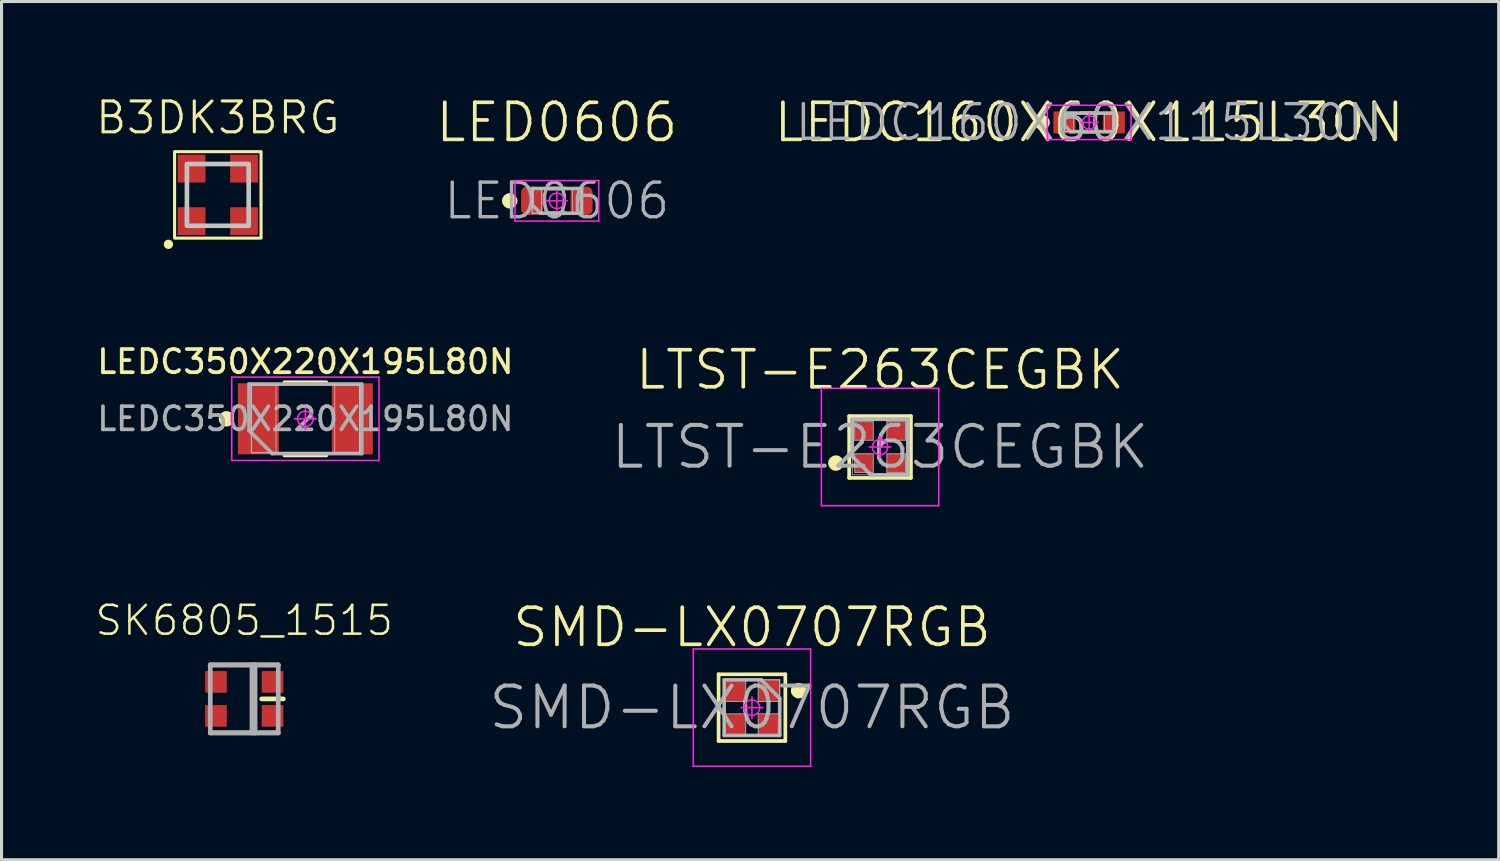
<source format=kicad_pcb>
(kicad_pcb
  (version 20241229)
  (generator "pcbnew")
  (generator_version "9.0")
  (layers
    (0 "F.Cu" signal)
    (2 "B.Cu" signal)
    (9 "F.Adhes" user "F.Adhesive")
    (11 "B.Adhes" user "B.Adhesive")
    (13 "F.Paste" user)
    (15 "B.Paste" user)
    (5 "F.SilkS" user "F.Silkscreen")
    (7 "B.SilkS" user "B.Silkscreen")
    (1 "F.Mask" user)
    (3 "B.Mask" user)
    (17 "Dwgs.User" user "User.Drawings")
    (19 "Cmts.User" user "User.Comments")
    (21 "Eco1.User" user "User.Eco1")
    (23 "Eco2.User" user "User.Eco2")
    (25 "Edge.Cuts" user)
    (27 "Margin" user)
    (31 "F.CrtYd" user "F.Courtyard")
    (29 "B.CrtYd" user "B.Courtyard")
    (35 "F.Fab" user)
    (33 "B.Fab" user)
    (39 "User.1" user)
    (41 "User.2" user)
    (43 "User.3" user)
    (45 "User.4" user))
  (footprint "LEDC350X220X195L80N"
    (layer "F.Cu")
    (at 6.837 10.51)
    (property "Reference" "LEDC350X220X195L80N" (at 0 -1.85 0) (layer "F.SilkS") (effects (font (size 0.75 0.75) (thickness 0.12))))
    (attr smd)
    (fp_line (start -0.678 -1.185) (end 0.678 -1.185) (stroke (width 0.12) (type solid)) (layer "F.SilkS"))
    (fp_line (start -0.678 1.185) (end 0.678 1.185) (stroke (width 0.12) (type solid)) (layer "F.SilkS"))
    (fp_circle (center -2.555 0) (end -2.555 0.125) (stroke (width 0.25) (type solid)) (fill no) (layer "F.SilkS"))
    (fp_line (start -1.75 -1.1) (end -0.95 -1.1) (stroke (width 0.025) (type solid)) (layer "Dwgs.User"))
    (fp_line (start -1.75 -1.1) (end 1.75 -1.1) (stroke (width 0.025) (type solid)) (layer "Dwgs.User"))
    (fp_line (start -1.75 1.1) (end -1.75 -1.1) (stroke (width 0.025) (type solid)) (layer "Dwgs.User"))
    (fp_line (start -1.75 1.1) (end -1.75 -1.1) (stroke (width 0.025) (type solid)) (layer "Dwgs.User"))
    (fp_line (start -0.95 -1.1) (end -0.95 1.1) (stroke (width 0.025) (type solid)) (layer "Dwgs.User"))
    (fp_line (start -0.95 1.1) (end -1.75 1.1) (stroke (width 0.025) (type solid)) (layer "Dwgs.User"))
    (fp_line (start 0.95 -1.1) (end 1.75 -1.1) (stroke (width 0.025) (type solid)) (layer "Dwgs.User"))
    (fp_line (start 0.95 1.1) (end 0.95 -1.1) (stroke (width 0.025) (type solid)) (layer "Dwgs.User"))
    (fp_line (start 1.75 -1.1) (end 1.75 1.1) (stroke (width 0.025) (type solid)) (layer "Dwgs.User"))
    (fp_line (start 1.75 -1.1) (end 1.75 1.1) (stroke (width 0.025) (type solid)) (layer "Dwgs.User"))
    (fp_line (start 1.75 1.1) (end -1.75 1.1) (stroke (width 0.025) (type solid)) (layer "Dwgs.User"))
    (fp_line (start 1.75 1.1) (end 0.95 1.1) (stroke (width 0.025) (type solid)) (layer "Dwgs.User"))
    (fp_line (start -2.384 -1.35) (end 2.384 -1.35) (stroke (width 0.05) (type solid)) (layer "F.CrtYd"))
    (fp_line (start -2.384 1.35) (end -2.384 -1.35) (stroke (width 0.05) (type solid)) (layer "F.CrtYd"))
    (fp_line (start 0 -0.35) (end 0 0.35) (stroke (width 0.05) (type solid)) (layer "F.CrtYd"))
    (fp_line (start 0.35 0) (end -0.35 0) (stroke (width 0.05) (type solid)) (layer "F.CrtYd"))
    (fp_line (start 2.384 -1.35) (end 2.384 1.35) (stroke (width 0.05) (type solid)) (layer "F.CrtYd"))
    (fp_line (start 2.384 1.35) (end -2.384 1.35) (stroke (width 0.05) (type solid)) (layer "F.CrtYd"))
    (fp_circle (center 0 0) (end 0 0.25) (stroke (width 0.05) (type solid)) (fill no) (layer "F.CrtYd"))
    (fp_line (start -1.825 -1.125) (end -1.825 0.375) (stroke (width 0.12) (type solid)) (layer "F.Fab"))
    (fp_line (start -1.825 0.375) (end -1.075 1.125) (stroke (width 0.12) (type solid)) (layer "F.Fab"))
    (fp_line (start -1.075 1.125) (end 1.825 1.125) (stroke (width 0.12) (type solid)) (layer "F.Fab"))
    (fp_line (start 1.825 -1.125) (end -1.825 -1.125) (stroke (width 0.12) (type solid)) (layer "F.Fab"))
    (fp_line (start 1.825 1.125) (end 1.825 -1.125) (stroke (width 0.12) (type solid)) (layer "F.Fab"))
    (fp_text user "${REFERENCE}" (at 0 0 0) (layer "F.Fab") (effects (font (size 0.75 0.75) (thickness 0.12))))
    (pad "1" smd rect (at -1.521 0) (size 1.327 2.3) (layers "F.Cu" "F.Mask" "F.Paste"))
    (pad "2" smd rect (at 1.521 0) (size 1.327 2.3) (layers "F.Cu" "F.Mask" "F.Paste")))
  (footprint "SK6805_1515"
    (layer "F.Cu")
    (at 4.858 19.578)
    (property "Reference" "SK6805_1515" (at 0 -2.54 0) (layer "F.SilkS") (effects (font (size 0.935 0.935) (thickness 0.081))))
    (fp_line (start -1.1 -1.1) (end 1.1 -1.1) (stroke (width 0.152) (type solid)) (layer "F.SilkS"))
    (fp_line (start -1.1 1.1) (end 1.1 1.1) (stroke (width 0.152) (type solid)) (layer "F.SilkS"))
    (fp_line (start 1.265 0) (end 0.565 0) (stroke (width 0.152) (type solid)) (layer "F.SilkS"))
    (fp_line (start -1.1 -1.1) (end 1.1 -1.1) (stroke (width 0.152) (type solid)) (layer "F.Fab"))
    (fp_line (start -1.1 1.1) (end -1.1 -1.1) (stroke (width 0.152) (type solid)) (layer "F.Fab"))
    (fp_line (start 0.25 -1.1) (end 0.25 1.1) (stroke (width 0.152) (type solid)) (layer "F.Fab"))
    (fp_line (start 0.25 1.1) (end 0.35 1.1) (stroke (width 0.152) (type solid)) (layer "F.Fab"))
    (fp_line (start 0.35 -1.1) (end 0.25 -1.1) (stroke (width 0.152) (type solid)) (layer "F.Fab"))
    (fp_line (start 0.35 1.1) (end 0.35 -1.1) (stroke (width 0.152) (type solid)) (layer "F.Fab"))
    (fp_line (start 1.1 -1.1) (end 1.1 1.1) (stroke (width 0.152) (type solid)) (layer "F.Fab"))
    (fp_line (start 1.1 1.1) (end -1.1 1.1) (stroke (width 0.152) (type solid)) (layer "F.Fab"))
    (pad "1" smd rect (at -0.915 0.55) (size 0.7 0.7) (layers "F.Cu" "F.Mask" "F.Paste"))
    (pad "2" smd rect (at 0.915 0.55) (size 0.7 0.7) (layers "F.Cu" "F.Mask" "F.Paste"))
    (pad "3" smd rect (at 0.915 -0.55) (size 0.7 0.7) (layers "F.Cu" "F.Mask" "F.Paste"))
    (pad "4" smd rect (at -0.915 -0.55) (size 0.7 0.7) (layers "F.Cu" "F.Mask" "F.Paste")))
  (footprint "LTST-E263CEGBK"
    (layer "F.Cu")
    (at 25.443 11.423)
    (property "Reference" "LTST-E263CEGBK" (at 0 -2.5 0) (layer "F.SilkS") (effects (font (size 1.2 1.2) (thickness 0.12))))
    (attr smd)
    (fp_line (start -1 -1) (end 1 -1) (stroke (width 0.12) (type solid)) (layer "F.SilkS"))
    (fp_line (start -1 1) (end -1 -1) (stroke (width 0.12) (type solid)) (layer "F.SilkS"))
    (fp_line (start 1 -1) (end 1 1) (stroke (width 0.12) (type solid)) (layer "F.SilkS"))
    (fp_line (start 1 1) (end -1 1) (stroke (width 0.12) (type solid)) (layer "F.SilkS"))
    (fp_circle (center -1.43 0.52) (end -1.43 0.645) (stroke (width 0.25) (type solid)) (fill no) (layer "F.SilkS"))
    (fp_line (start -0.9 -0.9) (end 0.9 -0.9) (stroke (width 0.025) (type solid)) (layer "Dwgs.User"))
    (fp_line (start -0.9 0.9) (end -0.9 -0.9) (stroke (width 0.025) (type solid)) (layer "Dwgs.User"))
    (fp_line (start -0.82 -0.82) (end -0.22 -0.82) (stroke (width 0.025) (type solid)) (layer "Dwgs.User"))
    (fp_line (start -0.82 -0.22) (end -0.82 -0.82) (stroke (width 0.025) (type solid)) (layer "Dwgs.User"))
    (fp_line (start -0.82 0.22) (end -0.22 0.22) (stroke (width 0.025) (type solid)) (layer "Dwgs.User"))
    (fp_line (start -0.82 0.82) (end -0.82 0.22) (stroke (width 0.025) (type solid)) (layer "Dwgs.User"))
    (fp_line (start -0.22 -0.82) (end -0.22 -0.22) (stroke (width 0.025) (type solid)) (layer "Dwgs.User"))
    (fp_line (start -0.22 -0.22) (end -0.82 -0.22) (stroke (width 0.025) (type solid)) (layer "Dwgs.User"))
    (fp_line (start -0.22 0.22) (end -0.22 0.82) (stroke (width 0.025) (type solid)) (layer "Dwgs.User"))
    (fp_line (start -0.22 0.82) (end -0.82 0.82) (stroke (width 0.025) (type solid)) (layer "Dwgs.User"))
    (fp_line (start 0.22 -0.82) (end 0.82 -0.82) (stroke (width 0.025) (type solid)) (layer "Dwgs.User"))
    (fp_line (start 0.22 -0.22) (end 0.22 -0.82) (stroke (width 0.025) (type solid)) (layer "Dwgs.User"))
    (fp_line (start 0.22 0.22) (end 0.82 0.22) (stroke (width 0.025) (type solid)) (layer "Dwgs.User"))
    (fp_line (start 0.22 0.82) (end 0.22 0.22) (stroke (width 0.025) (type solid)) (layer "Dwgs.User"))
    (fp_line (start 0.82 -0.82) (end 0.82 -0.22) (stroke (width 0.025) (type solid)) (layer "Dwgs.User"))
    (fp_line (start 0.82 -0.22) (end 0.22 -0.22) (stroke (width 0.025) (type solid)) (layer "Dwgs.User"))
    (fp_line (start 0.82 0.22) (end 0.82 0.82) (stroke (width 0.025) (type solid)) (layer "Dwgs.User"))
    (fp_line (start 0.82 0.82) (end 0.22 0.82) (stroke (width 0.025) (type solid)) (layer "Dwgs.User"))
    (fp_line (start 0.9 -0.9) (end 0.9 0.9) (stroke (width 0.025) (type solid)) (layer "Dwgs.User"))
    (fp_line (start 0.9 0.9) (end -0.9 0.9) (stroke (width 0.025) (type solid)) (layer "Dwgs.User"))
    (fp_line (start -1.9 -1.9) (end -1.9 1.9) (stroke (width 0.05) (type solid)) (layer "F.CrtYd"))
    (fp_line (start -1.9 1.9) (end 1.9 1.9) (stroke (width 0.05) (type solid)) (layer "F.CrtYd"))
    (fp_line (start -0.35 0) (end 0.35 0) (stroke (width 0.05) (type solid)) (layer "F.CrtYd"))
    (fp_line (start 0 -0.35) (end 0 0.35) (stroke (width 0.05) (type solid)) (layer "F.CrtYd"))
    (fp_line (start 1.9 -1.9) (end -1.9 -1.9) (stroke (width 0.05) (type solid)) (layer "F.CrtYd"))
    (fp_line (start 1.9 1.9) (end 1.9 -1.9) (stroke (width 0.05) (type solid)) (layer "F.CrtYd"))
    (fp_circle (center 0 0) (end 0 0.25) (stroke (width 0.05) (type solid)) (fill no) (layer "F.CrtYd"))
    (fp_line (start -0.9 -0.9) (end 0.9 -0.9) (stroke (width 0.12) (type solid)) (layer "F.Fab"))
    (fp_line (start -0.9 0.3) (end -0.9 -0.9) (stroke (width 0.12) (type solid)) (layer "F.Fab"))
    (fp_line (start -0.3 0.9) (end -0.9 0.3) (stroke (width 0.12) (type solid)) (layer "F.Fab"))
    (fp_line (start 0.9 -0.9) (end 0.9 0.9) (stroke (width 0.12) (type solid)) (layer "F.Fab"))
    (fp_line (start 0.9 0.9) (end -0.3 0.9) (stroke (width 0.12) (type solid)) (layer "F.Fab"))
    (fp_text user "${REFERENCE}" (at 0 0 0) (layer "F.Fab") (effects (font (size 1.32 1.32) (thickness 0.13))))
    (pad "1" smd rect (at -0.52 0.52) (size 0.6 0.6) (layers "F.Cu" "F.Mask" "F.Paste"))
    (pad "2" smd rect (at -0.52 -0.52) (size 0.6 0.6) (layers "F.Cu" "F.Mask" "F.Paste"))
    (pad "3" smd rect (at 0.52 -0.52) (size 0.6 0.6) (layers "F.Cu" "F.Mask" "F.Paste"))
    (pad "4" smd rect (at 0.52 0.52) (size 0.6 0.6) (layers "F.Cu" "F.Mask" "F.Paste")))
  (footprint "B3DK3BRG"
    (layer "F.Cu")
    (at 4.002 3.26)
    (property "Reference" "B3DK3BRG" (at 0 -2.5 0) (unlocked yes) (layer "F.SilkS") (effects (font (size 1 1) (thickness 0.1))))
    (attr smd)
    (fp_rect (start -1.4 -1.4) (end 1.4 1.4) (stroke (width 0.1) (type default)) (fill no) (layer "F.SilkS"))
    (fp_circle (center -1.6 1.6) (end -1.5 1.6) (stroke (width 0.1) (type solid)) (fill yes) (layer "F.SilkS"))
    (fp_rect (start -1 -1) (end 1 1) (stroke (width 0.15) (type default)) (fill no) (layer "Dwgs.User"))
    (pad "1" smd rect (at 0.85 0.85) (size 0.9 0.9) (layers "F.Cu" "F.Mask" "F.Paste"))
    (pad "2" smd rect (at -0.85 0.85) (size 0.9 0.9) (layers "F.Cu" "F.Mask" "F.Paste"))
    (pad "3" smd rect (at -0.85 -0.85) (size 0.9 0.9) (layers "F.Cu" "F.Mask" "F.Paste"))
    (pad "4" smd rect (at 0.85 -0.85) (size 0.9 0.9) (layers "F.Cu" "F.Mask" "F.Paste")))
  (footprint "SMD-LX0707RGB"
    (layer "F.Cu")
    (at 21.296 19.861)
    (property "Reference" "SMD-LX0707RGB" (at 0 -2.6 0) (layer "F.SilkS") (effects (font (size 1.2 1.2) (thickness 0.12))))
    (attr smd)
    (fp_line (start -1.08 -1.08) (end 1.08 -1.08) (stroke (width 0.12) (type solid)) (layer "F.SilkS"))
    (fp_line (start -1.08 1.08) (end -1.08 -1.08) (stroke (width 0.12) (type solid)) (layer "F.SilkS"))
    (fp_line (start 1.08 -1.08) (end 1.08 1.08) (stroke (width 0.12) (type solid)) (layer "F.SilkS"))
    (fp_line (start 1.08 1.08) (end -1.08 1.08) (stroke (width 0.12) (type solid)) (layer "F.SilkS"))
    (fp_circle (center 1.51 -0.55) (end 1.51 -0.425) (stroke (width 0.25) (type solid)) (fill no) (layer "F.SilkS"))
    (fp_line (start -0.9 -0.9) (end -0.2 -0.9) (stroke (width 0.025) (type solid)) (layer "Dwgs.User"))
    (fp_line (start -0.9 -0.9) (end 0.9 -0.9) (stroke (width 0.025) (type solid)) (layer "Dwgs.User"))
    (fp_line (start -0.9 -0.2) (end -0.9 -0.9) (stroke (width 0.025) (type solid)) (layer "Dwgs.User"))
    (fp_line (start -0.9 0.2) (end -0.2 0.2) (stroke (width 0.025) (type solid)) (layer "Dwgs.User"))
    (fp_line (start -0.9 0.9) (end -0.9 -0.9) (stroke (width 0.025) (type solid)) (layer "Dwgs.User"))
    (fp_line (start -0.9 0.9) (end -0.9 0.2) (stroke (width 0.025) (type solid)) (layer "Dwgs.User"))
    (fp_line (start -0.2 -0.9) (end -0.2 -0.2) (stroke (width 0.025) (type solid)) (layer "Dwgs.User"))
    (fp_line (start -0.2 -0.2) (end -0.9 -0.2) (stroke (width 0.025) (type solid)) (layer "Dwgs.User"))
    (fp_line (start -0.2 0.2) (end -0.2 0.9) (stroke (width 0.025) (type solid)) (layer "Dwgs.User"))
    (fp_line (start -0.2 0.9) (end -0.9 0.9) (stroke (width 0.025) (type solid)) (layer "Dwgs.User"))
    (fp_line (start 0.2 -0.9) (end 0.9 -0.9) (stroke (width 0.025) (type solid)) (layer "Dwgs.User"))
    (fp_line (start 0.2 -0.2) (end 0.2 -0.9) (stroke (width 0.025) (type solid)) (layer "Dwgs.User"))
    (fp_line (start 0.2 0.2) (end 0.9 0.2) (stroke (width 0.025) (type solid)) (layer "Dwgs.User"))
    (fp_line (start 0.2 0.9) (end 0.2 0.2) (stroke (width 0.025) (type solid)) (layer "Dwgs.User"))
    (fp_line (start 0.9 -0.9) (end 0.9 -0.2) (stroke (width 0.025) (type solid)) (layer "Dwgs.User"))
    (fp_line (start 0.9 -0.9) (end 0.9 0.9) (stroke (width 0.025) (type solid)) (layer "Dwgs.User"))
    (fp_line (start 0.9 -0.2) (end 0.2 -0.2) (stroke (width 0.025) (type solid)) (layer "Dwgs.User"))
    (fp_line (start 0.9 0.2) (end 0.9 0.9) (stroke (width 0.025) (type solid)) (layer "Dwgs.User"))
    (fp_line (start 0.9 0.9) (end -0.9 0.9) (stroke (width 0.025) (type solid)) (layer "Dwgs.User"))
    (fp_line (start 0.9 0.9) (end 0.2 0.9) (stroke (width 0.025) (type solid)) (layer "Dwgs.User"))
    (fp_line (start -1.9 -1.9) (end -1.9 1.9) (stroke (width 0.05) (type solid)) (layer "F.CrtYd"))
    (fp_line (start -1.9 1.9) (end 1.9 1.9) (stroke (width 0.05) (type solid)) (layer "F.CrtYd"))
    (fp_line (start 0 0.35) (end 0 -0.35) (stroke (width 0.05) (type solid)) (layer "F.CrtYd"))
    (fp_line (start 0.35 0) (end -0.35 0) (stroke (width 0.05) (type solid)) (layer "F.CrtYd"))
    (fp_line (start 1.9 -1.9) (end -1.9 -1.9) (stroke (width 0.05) (type solid)) (layer "F.CrtYd"))
    (fp_line (start 1.9 1.9) (end 1.9 -1.9) (stroke (width 0.05) (type solid)) (layer "F.CrtYd"))
    (fp_circle (center 0 0) (end 0 0.25) (stroke (width 0.05) (type solid)) (fill no) (layer "F.CrtYd"))
    (fp_line (start -0.9 -0.9) (end 0.3 -0.9) (stroke (width 0.12) (type solid)) (layer "F.Fab"))
    (fp_line (start -0.9 0.9) (end -0.9 -0.9) (stroke (width 0.12) (type solid)) (layer "F.Fab"))
    (fp_line (start 0.3 -0.9) (end 0.9 -0.3) (stroke (width 0.12) (type solid)) (layer "F.Fab"))
    (fp_line (start 0.9 -0.3) (end 0.9 0.9) (stroke (width 0.12) (type solid)) (layer "F.Fab"))
    (fp_line (start 0.9 0.9) (end -0.9 0.9) (stroke (width 0.12) (type solid)) (layer "F.Fab"))
    (fp_text user "${REFERENCE}" (at 0 0 0) (layer "F.Fab") (effects (font (size 1.32 1.32) (thickness 0.13))))
    (pad "1" smd rect (at 0.55 -0.55) (size 0.7 0.7) (layers "F.Cu" "F.Mask" "F.Paste"))
    (pad "2" smd rect (at 0.55 0.55) (size 0.7 0.7) (layers "F.Cu" "F.Mask" "F.Paste"))
    (pad "3" smd rect (at -0.55 0.55) (size 0.7 0.7) (layers "F.Cu" "F.Mask" "F.Paste"))
    (pad "4" smd rect (at -0.55 -0.55) (size 0.7 0.7) (layers "F.Cu" "F.Mask" "F.Paste")))
  (footprint "LEDC160X60X115L30N"
    (layer "F.Cu")
    (at 32.213 0.913)
    (property "Reference" "LEDC160X60X115L30N" (at 0 0 0) (layer "F.SilkS") (effects (font (size 1.2 1.2) (thickness 0.12))))
    (attr smd)
    (fp_line (start -0.264 -0.3) (end 0.264 -0.3) (stroke (width 0.12) (type solid)) (layer "F.SilkS"))
    (fp_line (start -0.264 0.3) (end 0.264 0.3) (stroke (width 0.12) (type solid)) (layer "F.SilkS"))
    (fp_circle (center -1.526 0) (end -1.526 0.125) (stroke (width 0.25) (type solid)) (fill no) (layer "F.SilkS"))
    (fp_line (start -0.8 -0.3) (end -0.5 -0.3) (stroke (width 0.025) (type solid)) (layer "Dwgs.User"))
    (fp_line (start -0.8 -0.3) (end 0.8 -0.3) (stroke (width 0.025) (type solid)) (layer "Dwgs.User"))
    (fp_line (start -0.8 0.3) (end -0.8 -0.3) (stroke (width 0.025) (type solid)) (layer "Dwgs.User"))
    (fp_line (start -0.8 0.3) (end -0.8 -0.3) (stroke (width 0.025) (type solid)) (layer "Dwgs.User"))
    (fp_line (start -0.5 -0.3) (end -0.5 0.3) (stroke (width 0.025) (type solid)) (layer "Dwgs.User"))
    (fp_line (start -0.5 0.3) (end -0.8 0.3) (stroke (width 0.025) (type solid)) (layer "Dwgs.User"))
    (fp_line (start 0.5 -0.3) (end 0.8 -0.3) (stroke (width 0.025) (type solid)) (layer "Dwgs.User"))
    (fp_line (start 0.5 0.3) (end 0.5 -0.3) (stroke (width 0.025) (type solid)) (layer "Dwgs.User"))
    (fp_line (start 0.8 -0.3) (end 0.8 0.3) (stroke (width 0.025) (type solid)) (layer "Dwgs.User"))
    (fp_line (start 0.8 -0.3) (end 0.8 0.3) (stroke (width 0.025) (type solid)) (layer "Dwgs.User"))
    (fp_line (start 0.8 0.3) (end -0.8 0.3) (stroke (width 0.025) (type solid)) (layer "Dwgs.User"))
    (fp_line (start 0.8 0.3) (end 0.5 0.3) (stroke (width 0.025) (type solid)) (layer "Dwgs.User"))
    (fp_line (start -1.356 -0.556) (end 1.356 -0.556) (stroke (width 0.05) (type solid)) (layer "F.CrtYd"))
    (fp_line (start -1.356 0.556) (end -1.356 -0.556) (stroke (width 0.05) (type solid)) (layer "F.CrtYd"))
    (fp_line (start 0 -0.291) (end 0 0.291) (stroke (width 0.05) (type solid)) (layer "F.CrtYd"))
    (fp_line (start 0.291 0) (end -0.291 0) (stroke (width 0.05) (type solid)) (layer "F.CrtYd"))
    (fp_line (start 1.356 -0.556) (end 1.356 0.556) (stroke (width 0.05) (type solid)) (layer "F.CrtYd"))
    (fp_line (start 1.356 0.556) (end -1.356 0.556) (stroke (width 0.05) (type solid)) (layer "F.CrtYd"))
    (fp_circle (center 0 0) (end 0 0.218) (stroke (width 0.05) (type solid)) (fill no) (layer "F.CrtYd"))
    (fp_line (start -0.8 -0.3) (end -0.8 0.1) (stroke (width 0.12) (type solid)) (layer "F.Fab"))
    (fp_line (start -0.8 0.1) (end -0.6 0.3) (stroke (width 0.12) (type solid)) (layer "F.Fab"))
    (fp_line (start -0.6 0.3) (end 0.8 0.3) (stroke (width 0.12) (type solid)) (layer "F.Fab"))
    (fp_line (start 0.8 -0.3) (end -0.8 -0.3) (stroke (width 0.12) (type solid)) (layer "F.Fab"))
    (fp_line (start 0.8 0.3) (end 0.8 -0.3) (stroke (width 0.12) (type solid)) (layer "F.Fab"))
    (fp_text user "${REFERENCE}" (at 0 0 0) (layer "F.Fab") (effects (font (size 1.12 1.12) (thickness 0.11))))
    (pad "A" smd rect (at 0.8 0) (size 0.712 0.712) (layers "F.Cu" "F.Mask" "F.Paste"))
    (pad "C" smd rect (at -0.8 0) (size 0.712 0.712) (layers "F.Cu" "F.Mask" "F.Paste")))
  (footprint "LED0606"
    (layer "F.Cu")
    (at 14.979 3.453)
    (property "Reference" "LED0606" (at 0 -2.54 0) (layer "F.SilkS") (effects (font (size 1.2 1.2) (thickness 0.12))))
    (attr smd)
    (fp_line (start -0.264 -0.4) (end 0.264 -0.4) (stroke (width 0.12) (type solid)) (layer "F.SilkS"))
    (fp_line (start -0.264 0.4) (end 0.264 0.4) (stroke (width 0.12) (type solid)) (layer "F.SilkS"))
    (fp_circle (center -1.526 0) (end -1.526 0.125) (stroke (width 0.25) (type solid)) (fill no) (layer "F.SilkS"))
    (fp_line (start -0.8 -0.4) (end -0.5 -0.4) (stroke (width 0.025) (type solid)) (layer "Dwgs.User"))
    (fp_line (start -0.8 -0.4) (end 0.8 -0.4) (stroke (width 0.025) (type solid)) (layer "Dwgs.User"))
    (fp_line (start -0.8 0.4) (end -0.8 -0.4) (stroke (width 0.025) (type solid)) (layer "Dwgs.User"))
    (fp_line (start -0.8 0.4) (end -0.8 -0.4) (stroke (width 0.025) (type solid)) (layer "Dwgs.User"))
    (fp_line (start -0.5 -0.4) (end -0.5 0.4) (stroke (width 0.025) (type solid)) (layer "Dwgs.User"))
    (fp_line (start -0.5 0.4) (end -0.8 0.4) (stroke (width 0.025) (type solid)) (layer "Dwgs.User"))
    (fp_line (start 0.5 -0.4) (end 0.8 -0.4) (stroke (width 0.025) (type solid)) (layer "Dwgs.User"))
    (fp_line (start 0.5 0.4) (end 0.5 -0.4) (stroke (width 0.025) (type solid)) (layer "Dwgs.User"))
    (fp_line (start 0.8 -0.4) (end 0.8 0.4) (stroke (width 0.025) (type solid)) (layer "Dwgs.User"))
    (fp_line (start 0.8 -0.4) (end 0.8 0.4) (stroke (width 0.025) (type solid)) (layer "Dwgs.User"))
    (fp_line (start 0.8 0.4) (end -0.8 0.4) (stroke (width 0.025) (type solid)) (layer "Dwgs.User"))
    (fp_line (start 0.8 0.4) (end 0.5 0.4) (stroke (width 0.025) (type solid)) (layer "Dwgs.User"))
    (fp_line (start -1.356 -0.656) (end 1.356 -0.656) (stroke (width 0.05) (type solid)) (layer "F.CrtYd"))
    (fp_line (start -1.356 0.656) (end -1.356 -0.656) (stroke (width 0.05) (type solid)) (layer "F.CrtYd"))
    (fp_line (start 0 -0.34) (end 0 0.34) (stroke (width 0.05) (type solid)) (layer "F.CrtYd"))
    (fp_line (start 0.34 0) (end -0.34 0) (stroke (width 0.05) (type solid)) (layer "F.CrtYd"))
    (fp_line (start 1.356 -0.656) (end 1.356 0.656) (stroke (width 0.05) (type solid)) (layer "F.CrtYd"))
    (fp_line (start 1.356 0.656) (end -1.356 0.656) (stroke (width 0.05) (type solid)) (layer "F.CrtYd"))
    (fp_circle (center 0 0) (end 0 0.25) (stroke (width 0.05) (type solid)) (fill no) (layer "F.CrtYd"))
    (fp_line (start -0.8 -0.4) (end -0.8 0.133) (stroke (width 0.12) (type solid)) (layer "F.Fab"))
    (fp_line (start -0.8 0.133) (end -0.533 0.4) (stroke (width 0.12) (type solid)) (layer "F.Fab"))
    (fp_line (start -0.533 0.4) (end 0.8 0.4) (stroke (width 0.12) (type solid)) (layer "F.Fab"))
    (fp_line (start 0.8 -0.4) (end -0.8 -0.4) (stroke (width 0.12) (type solid)) (layer "F.Fab"))
    (fp_line (start 0.8 0.4) (end 0.8 -0.4) (stroke (width 0.12) (type solid)) (layer "F.Fab"))
    (fp_text user "${REFERENCE}" (at 0 0 0) (layer "F.Fab") (effects (font (size 1.12 1.12) (thickness 0.11))))
    (pad "A" smd roundrect (at 0.8 0) (size 0.712 0.912) (layers "F.Cu" "F.Mask" "F.Paste") (roundrect_rratio 0.25))
    (pad "C" smd roundrect (at -0.8 0) (size 0.712 0.912) (layers "F.Cu" "F.Mask" "F.Paste") (roundrect_rratio 0.25)))
  (gr_rect
    (start -3 -3)
    (end 45.473 24.786)
    (stroke (width 0.1) (type default))
    (fill no)
    (layer "Edge.Cuts")))
</source>
